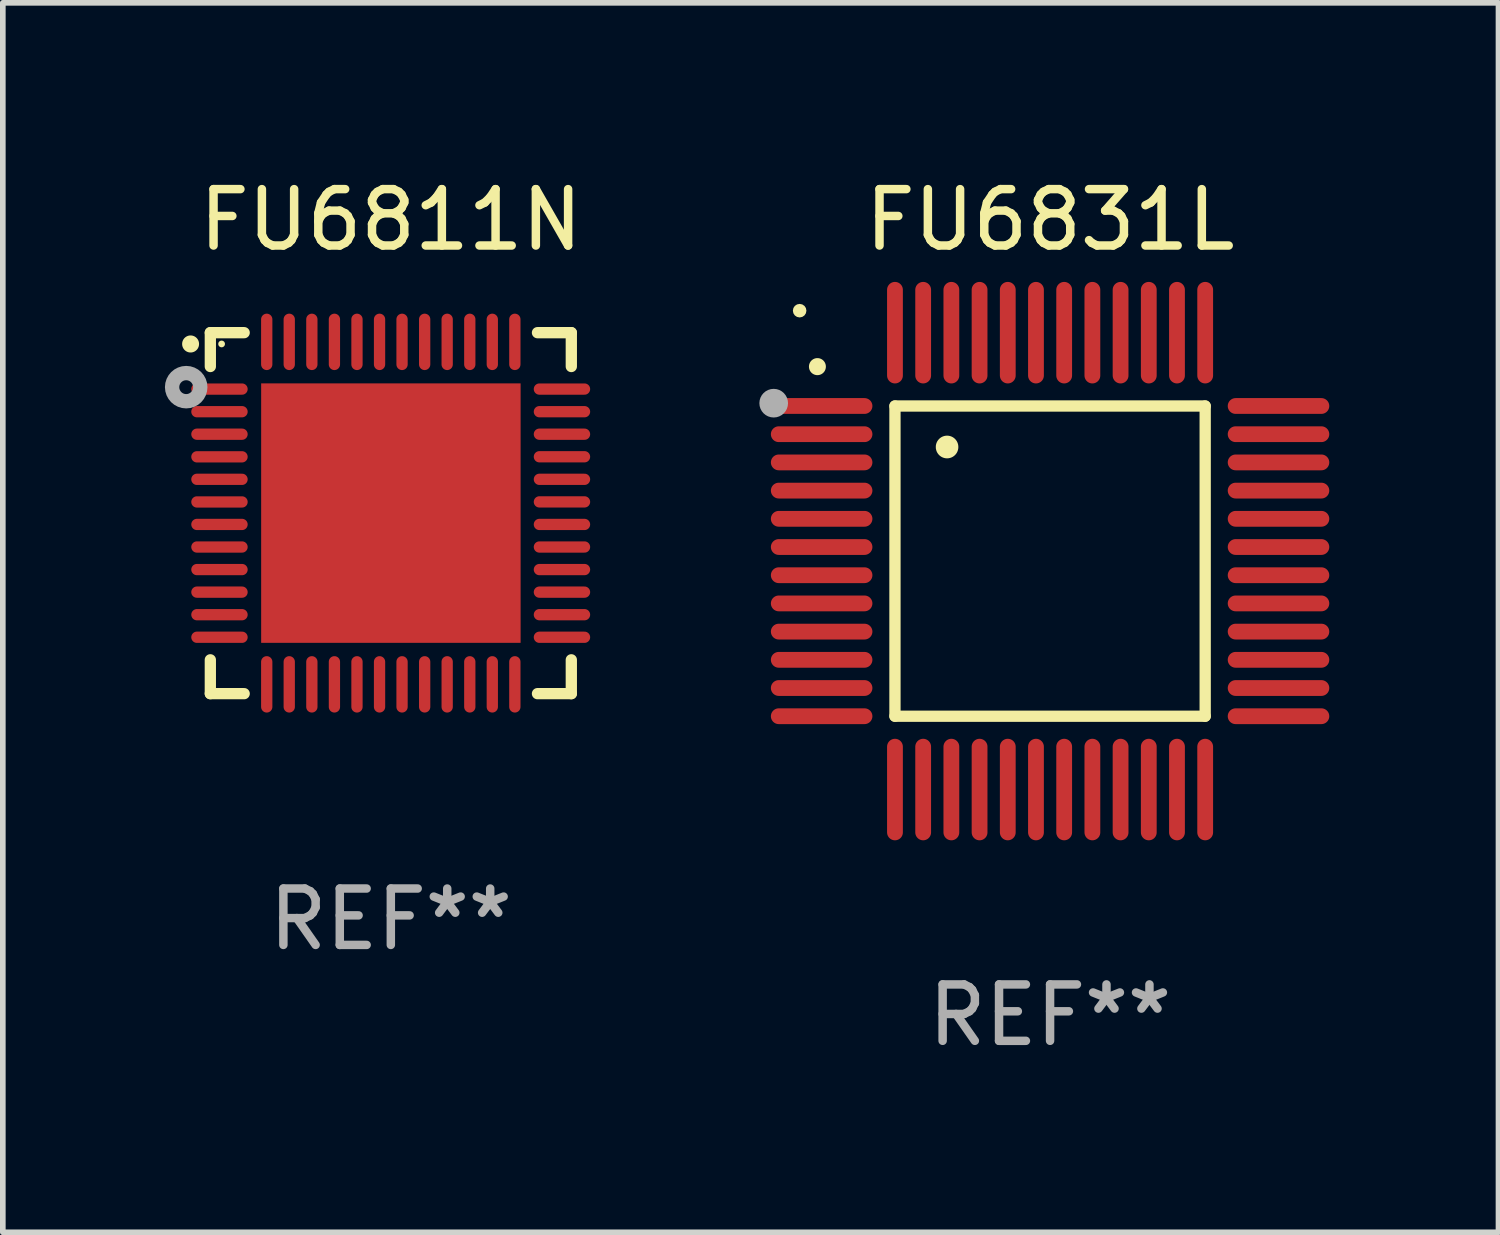
<source format=kicad_pcb>
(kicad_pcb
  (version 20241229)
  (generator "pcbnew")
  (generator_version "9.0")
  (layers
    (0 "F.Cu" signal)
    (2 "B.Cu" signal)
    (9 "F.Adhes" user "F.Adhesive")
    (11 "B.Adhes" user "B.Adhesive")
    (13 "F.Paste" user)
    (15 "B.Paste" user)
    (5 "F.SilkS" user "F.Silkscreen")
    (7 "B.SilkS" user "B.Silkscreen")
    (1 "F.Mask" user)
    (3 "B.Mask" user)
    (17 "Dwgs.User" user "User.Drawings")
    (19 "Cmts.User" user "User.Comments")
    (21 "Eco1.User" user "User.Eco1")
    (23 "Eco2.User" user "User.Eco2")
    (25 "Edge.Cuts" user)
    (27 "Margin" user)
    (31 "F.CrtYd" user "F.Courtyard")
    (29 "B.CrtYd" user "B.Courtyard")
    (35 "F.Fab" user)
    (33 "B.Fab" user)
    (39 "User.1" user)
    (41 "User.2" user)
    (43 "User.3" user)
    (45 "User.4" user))
  (footprint "FU6831L"
    (layer "F.Cu")
    (at 15.567 6.898)
    (property "Reference" "FU6831L" (at 0 -6.05 0) (layer "F.SilkS") (effects (font (size 1 1) (thickness 0.15))))
    (attr through_hole)
    (fp_line (start -2.75 -2.75) (end 2.75 -2.75) (stroke (width 0.2) (type solid)) (layer "F.SilkS"))
    (fp_line (start -2.75 2.75) (end -2.75 -2.75) (stroke (width 0.2) (type solid)) (layer "F.SilkS"))
    (fp_line (start 2.75 -2.75) (end 2.75 2.75) (stroke (width 0.2) (type solid)) (layer "F.SilkS"))
    (fp_line (start 2.75 2.75) (end -2.75 2.75) (stroke (width 0.2) (type solid)) (layer "F.SilkS"))
    (fp_arc (start -4.124968 -3.446787) (mid -4.124973 -3.448057) (end -4.124968 -3.449327) (stroke (width 0.3) (type solid)) (layer "F.SilkS"))
    (fp_arc (start -1.826264 -2.021844) (mid -1.826268 -2.023114) (end -1.826264 -2.024384) (stroke (width 0.4) (type solid)) (layer "F.SilkS"))
    (fp_circle (center -4.44 -4.44) (end -4.38 -4.44) (stroke (width 0.12) (type solid)) (fill no) (layer "F.SilkS"))
    (fp_circle (center -4.9 -2.8) (end -4.773 -2.8) (stroke (width 0.254) (type solid)) (fill no) (layer "F.Fab"))
    (fp_text user "REF**" (at 0 8.05 0) (layer "F.Fab") (effects (font (size 1 1) (thickness 0.15))))
    (pad "1" smd oval (at -4.05 -2.75 90) (size 0.28 1.8) (layers "F.Cu" "F.Mask" "F.Paste"))
    (pad "2" smd oval (at -4.05 -2.25 90) (size 0.28 1.8) (layers "F.Cu" "F.Mask" "F.Paste"))
    (pad "3" smd oval (at -4.05 -1.75 90) (size 0.28 1.8) (layers "F.Cu" "F.Mask" "F.Paste"))
    (pad "4" smd oval (at -4.05 -1.25 90) (size 0.28 1.8) (layers "F.Cu" "F.Mask" "F.Paste"))
    (pad "5" smd oval (at -4.05 -0.75 90) (size 0.28 1.8) (layers "F.Cu" "F.Mask" "F.Paste"))
    (pad "6" smd oval (at -4.05 -0.25 90) (size 0.28 1.8) (layers "F.Cu" "F.Mask" "F.Paste"))
    (pad "7" smd oval (at -4.05 0.25 90) (size 0.28 1.8) (layers "F.Cu" "F.Mask" "F.Paste"))
    (pad "8" smd oval (at -4.05 0.75 90) (size 0.28 1.8) (layers "F.Cu" "F.Mask" "F.Paste"))
    (pad "9" smd oval (at -4.05 1.25 90) (size 0.28 1.8) (layers "F.Cu" "F.Mask" "F.Paste"))
    (pad "10" smd oval (at -4.05 1.75 90) (size 0.28 1.8) (layers "F.Cu" "F.Mask" "F.Paste"))
    (pad "11" smd oval (at -4.05 2.25 90) (size 0.28 1.8) (layers "F.Cu" "F.Mask" "F.Paste"))
    (pad "12" smd oval (at -4.05 2.75 90) (size 0.28 1.8) (layers "F.Cu" "F.Mask" "F.Paste"))
    (pad "13" smd oval (at -2.75 4.05) (size 0.28 1.8) (layers "F.Cu" "F.Mask" "F.Paste"))
    (pad "14" smd oval (at -2.25 4.05) (size 0.28 1.8) (layers "F.Cu" "F.Mask" "F.Paste"))
    (pad "15" smd oval (at -1.75 4.05) (size 0.28 1.8) (layers "F.Cu" "F.Mask" "F.Paste"))
    (pad "16" smd oval (at -1.25 4.05) (size 0.28 1.8) (layers "F.Cu" "F.Mask" "F.Paste"))
    (pad "17" smd oval (at -0.75 4.05) (size 0.28 1.8) (layers "F.Cu" "F.Mask" "F.Paste"))
    (pad "18" smd oval (at -0.25 4.05) (size 0.28 1.8) (layers "F.Cu" "F.Mask" "F.Paste"))
    (pad "19" smd oval (at 0.25 4.05) (size 0.28 1.8) (layers "F.Cu" "F.Mask" "F.Paste"))
    (pad "20" smd oval (at 0.75 4.05) (size 0.28 1.8) (layers "F.Cu" "F.Mask" "F.Paste"))
    (pad "21" smd oval (at 1.25 4.05) (size 0.28 1.8) (layers "F.Cu" "F.Mask" "F.Paste"))
    (pad "22" smd oval (at 1.75 4.05) (size 0.28 1.8) (layers "F.Cu" "F.Mask" "F.Paste"))
    (pad "23" smd oval (at 2.25 4.05) (size 0.28 1.8) (layers "F.Cu" "F.Mask" "F.Paste"))
    (pad "24" smd oval (at 2.75 4.05) (size 0.28 1.8) (layers "F.Cu" "F.Mask" "F.Paste"))
    (pad "25" smd oval (at 4.05 2.75 90) (size 0.28 1.8) (layers "F.Cu" "F.Mask" "F.Paste"))
    (pad "26" smd oval (at 4.05 2.25 90) (size 0.28 1.8) (layers "F.Cu" "F.Mask" "F.Paste"))
    (pad "27" smd oval (at 4.05 1.75 90) (size 0.28 1.8) (layers "F.Cu" "F.Mask" "F.Paste"))
    (pad "28" smd oval (at 4.05 1.25 90) (size 0.28 1.8) (layers "F.Cu" "F.Mask" "F.Paste"))
    (pad "29" smd oval (at 4.05 0.75 90) (size 0.28 1.8) (layers "F.Cu" "F.Mask" "F.Paste"))
    (pad "30" smd oval (at 4.05 0.25 90) (size 0.28 1.8) (layers "F.Cu" "F.Mask" "F.Paste"))
    (pad "31" smd oval (at 4.05 -0.25 90) (size 0.28 1.8) (layers "F.Cu" "F.Mask" "F.Paste"))
    (pad "32" smd oval (at 4.05 -0.75 90) (size 0.28 1.8) (layers "F.Cu" "F.Mask" "F.Paste"))
    (pad "33" smd oval (at 4.05 -1.25 90) (size 0.28 1.8) (layers "F.Cu" "F.Mask" "F.Paste"))
    (pad "34" smd oval (at 4.05 -1.75 90) (size 0.28 1.8) (layers "F.Cu" "F.Mask" "F.Paste"))
    (pad "35" smd oval (at 4.05 -2.25 90) (size 0.28 1.8) (layers "F.Cu" "F.Mask" "F.Paste"))
    (pad "36" smd oval (at 4.05 -2.75 90) (size 0.28 1.8) (layers "F.Cu" "F.Mask" "F.Paste"))
    (pad "37" smd oval (at 2.75 -4.05) (size 0.28 1.8) (layers "F.Cu" "F.Mask" "F.Paste"))
    (pad "38" smd oval (at 2.25 -4.05) (size 0.28 1.8) (layers "F.Cu" "F.Mask" "F.Paste"))
    (pad "39" smd oval (at 1.75 -4.05) (size 0.28 1.8) (layers "F.Cu" "F.Mask" "F.Paste"))
    (pad "40" smd oval (at 1.25 -4.05) (size 0.28 1.8) (layers "F.Cu" "F.Mask" "F.Paste"))
    (pad "41" smd oval (at 0.75 -4.05) (size 0.28 1.8) (layers "F.Cu" "F.Mask" "F.Paste"))
    (pad "42" smd oval (at 0.25 -4.05) (size 0.28 1.8) (layers "F.Cu" "F.Mask" "F.Paste"))
    (pad "43" smd oval (at -0.25 -4.05) (size 0.28 1.8) (layers "F.Cu" "F.Mask" "F.Paste"))
    (pad "44" smd oval (at -0.75 -4.05) (size 0.28 1.8) (layers "F.Cu" "F.Mask" "F.Paste"))
    (pad "45" smd oval (at -1.25 -4.05) (size 0.28 1.8) (layers "F.Cu" "F.Mask" "F.Paste"))
    (pad "46" smd oval (at -1.75 -4.05) (size 0.28 1.8) (layers "F.Cu" "F.Mask" "F.Paste"))
    (pad "47" smd oval (at -2.25 -4.05) (size 0.28 1.8) (layers "F.Cu" "F.Mask" "F.Paste"))
    (pad "48" smd oval (at -2.75 -4.05) (size 0.28 1.8) (layers "F.Cu" "F.Mask" "F.Paste")))
  (footprint "FU6811N"
    (layer "F.Cu")
    (at 3.879 6.048)
    (property "Reference" "FU6811N" (at 0 -5.2 0) (layer "F.SilkS") (effects (font (size 1 1) (thickness 0.15))))
    (attr through_hole)
    (fp_line (start -3.2 -3.2) (end -2.6 -3.2) (stroke (width 0.2) (type solid)) (layer "F.SilkS"))
    (fp_line (start -3.2 -2.6) (end -3.2 -3.2) (stroke (width 0.2) (type solid)) (layer "F.SilkS"))
    (fp_line (start -3.2 3.2) (end -3.2 2.6) (stroke (width 0.2) (type solid)) (layer "F.SilkS"))
    (fp_line (start -2.6 3.2) (end -3.2 3.2) (stroke (width 0.2) (type solid)) (layer "F.SilkS"))
    (fp_line (start 2.6 -3.2) (end 3.2 -3.2) (stroke (width 0.2) (type solid)) (layer "F.SilkS"))
    (fp_line (start 2.6 3.2) (end 3.2 3.2) (stroke (width 0.2) (type solid)) (layer "F.SilkS"))
    (fp_line (start 3.2 -3.2) (end 3.2 -2.6) (stroke (width 0.2) (type solid)) (layer "F.SilkS"))
    (fp_line (start 3.2 3.2) (end 3.2 2.6) (stroke (width 0.2) (type solid)) (layer "F.SilkS"))
    (fp_arc (start -3.550025 -2.998349) (mid -3.55003 -2.999619) (end -3.550025 -3.000889) (stroke (width 0.3) (type solid)) (layer "F.SilkS"))
    (fp_circle (center -3 -3) (end -2.97 -3) (stroke (width 0.06) (type solid)) (fill no) (layer "F.SilkS"))
    (fp_circle (center -3.628 -2.234) (end -3.505 -2.234) (stroke (width 0.254) (type solid)) (fill no) (layer "F.Fab"))
    (fp_text user "REF**" (at 0 7.2 0) (layer "F.Fab") (effects (font (size 1 1) (thickness 0.15))))
    (pad "1" smd oval (at -3.038 -2.2) (size 1 0.2) (layers "F.Cu" "F.Mask" "F.Paste"))
    (pad "2" smd oval (at -3.038 -1.799) (size 1 0.2) (layers "F.Cu" "F.Mask" "F.Paste"))
    (pad "3" smd oval (at -3.038 -1.4) (size 1 0.2) (layers "F.Cu" "F.Mask" "F.Paste"))
    (pad "4" smd oval (at -3.038 -0.999) (size 1 0.2) (layers "F.Cu" "F.Mask" "F.Paste"))
    (pad "5" smd oval (at -3.038 -0.6) (size 1 0.2) (layers "F.Cu" "F.Mask" "F.Paste"))
    (pad "6" smd oval (at -3.038 -0.199) (size 1 0.2) (layers "F.Cu" "F.Mask" "F.Paste"))
    (pad "7" smd oval (at -3.038 0.2) (size 1 0.2) (layers "F.Cu" "F.Mask" "F.Paste"))
    (pad "8" smd oval (at -3.038 0.6) (size 1 0.2) (layers "F.Cu" "F.Mask" "F.Paste"))
    (pad "9" smd oval (at -3.038 1) (size 1 0.2) (layers "F.Cu" "F.Mask" "F.Paste"))
    (pad "10" smd oval (at -3.038 1.4) (size 1 0.2) (layers "F.Cu" "F.Mask" "F.Paste"))
    (pad "11" smd oval (at -3.038 1.8) (size 1 0.2) (layers "F.Cu" "F.Mask" "F.Paste"))
    (pad "12" smd oval (at -3.038 2.2) (size 1 0.2) (layers "F.Cu" "F.Mask" "F.Paste"))
    (pad "13" smd oval (at -2.2 3.035) (size 0.2 1) (layers "F.Cu" "F.Mask" "F.Paste"))
    (pad "14" smd oval (at -1.801 3.035) (size 0.2 1) (layers "F.Cu" "F.Mask" "F.Paste"))
    (pad "15" smd oval (at -1.4 3.035) (size 0.2 1) (layers "F.Cu" "F.Mask" "F.Paste"))
    (pad "16" smd oval (at -1 3.035) (size 0.2 1) (layers "F.Cu" "F.Mask" "F.Paste"))
    (pad "17" smd oval (at -0.6 3.035) (size 0.2 1) (layers "F.Cu" "F.Mask" "F.Paste"))
    (pad "18" smd oval (at -0.2 3.035) (size 0.2 1) (layers "F.Cu" "F.Mask" "F.Paste"))
    (pad "19" smd oval (at 0.199 3.035) (size 0.2 1) (layers "F.Cu" "F.Mask" "F.Paste"))
    (pad "20" smd oval (at 0.6 3.035) (size 0.2 1) (layers "F.Cu" "F.Mask" "F.Paste"))
    (pad "21" smd oval (at 0.999 3.035) (size 0.2 1) (layers "F.Cu" "F.Mask" "F.Paste"))
    (pad "22" smd oval (at 1.4 3.035) (size 0.2 1) (layers "F.Cu" "F.Mask" "F.Paste"))
    (pad "23" smd oval (at 1.799 3.035) (size 0.2 1) (layers "F.Cu" "F.Mask" "F.Paste"))
    (pad "24" smd oval (at 2.199 3.035) (size 0.2 1) (layers "F.Cu" "F.Mask" "F.Paste"))
    (pad "25" smd oval (at 3.034 2.2) (size 1 0.2) (layers "F.Cu" "F.Mask" "F.Paste"))
    (pad "26" smd oval (at 3.034 1.8) (size 1 0.2) (layers "F.Cu" "F.Mask" "F.Paste"))
    (pad "27" smd oval (at 3.034 1.4) (size 1 0.2) (layers "F.Cu" "F.Mask" "F.Paste"))
    (pad "28" smd oval (at 3.034 1) (size 1 0.2) (layers "F.Cu" "F.Mask" "F.Paste"))
    (pad "29" smd oval (at 3.034 0.6) (size 1 0.2) (layers "F.Cu" "F.Mask" "F.Paste"))
    (pad "30" smd oval (at 3.034 0.2) (size 1 0.2) (layers "F.Cu" "F.Mask" "F.Paste"))
    (pad "31" smd oval (at 3.034 -0.2) (size 1 0.2) (layers "F.Cu" "F.Mask" "F.Paste"))
    (pad "32" smd oval (at 3.034 -0.6) (size 1 0.2) (layers "F.Cu" "F.Mask" "F.Paste"))
    (pad "33" smd oval (at 3.034 -1) (size 1 0.2) (layers "F.Cu" "F.Mask" "F.Paste"))
    (pad "34" smd oval (at 3.034 -1.4) (size 1 0.2) (layers "F.Cu" "F.Mask" "F.Paste"))
    (pad "35" smd oval (at 3.034 -1.799) (size 1 0.2) (layers "F.Cu" "F.Mask" "F.Paste"))
    (pad "36" smd oval (at 3.034 -2.2) (size 1 0.2) (layers "F.Cu" "F.Mask" "F.Paste"))
    (pad "37" smd oval (at 2.199 -3.037) (size 0.2 1) (layers "F.Cu" "F.Mask" "F.Paste"))
    (pad "38" smd oval (at 1.799 -3.037) (size 0.2 1) (layers "F.Cu" "F.Mask" "F.Paste"))
    (pad "39" smd oval (at 1.4 -3.037) (size 0.2 1) (layers "F.Cu" "F.Mask" "F.Paste"))
    (pad "40" smd oval (at 0.999 -3.037) (size 0.2 1) (layers "F.Cu" "F.Mask" "F.Paste"))
    (pad "41" smd oval (at 0.6 -3.037) (size 0.2 1) (layers "F.Cu" "F.Mask" "F.Paste"))
    (pad "42" smd oval (at 0.199 -3.037) (size 0.2 1) (layers "F.Cu" "F.Mask" "F.Paste"))
    (pad "43" smd oval (at -0.2 -3.037) (size 0.2 1) (layers "F.Cu" "F.Mask" "F.Paste"))
    (pad "44" smd oval (at -0.6 -3.037) (size 0.2 1) (layers "F.Cu" "F.Mask" "F.Paste"))
    (pad "45" smd oval (at -1 -3.037) (size 0.2 1) (layers "F.Cu" "F.Mask" "F.Paste"))
    (pad "46" smd oval (at -1.4 -3.037) (size 0.2 1) (layers "F.Cu" "F.Mask" "F.Paste"))
    (pad "47" smd oval (at -1.801 -3.037) (size 0.2 1) (layers "F.Cu" "F.Mask" "F.Paste"))
    (pad "48" smd oval (at -2.2 -3.037) (size 0.2 1) (layers "F.Cu" "F.Mask" "F.Paste"))
    (pad "49" smd rect (at 0.001 -0.001) (size 4.6 4.6) (layers "F.Cu" "F.Mask" "F.Paste")))
  (gr_rect
    (start -3 -3)
    (end 23.517 18.797)
    (stroke (width 0.1) (type default))
    (fill no)
    (layer "Edge.Cuts")))
</source>
